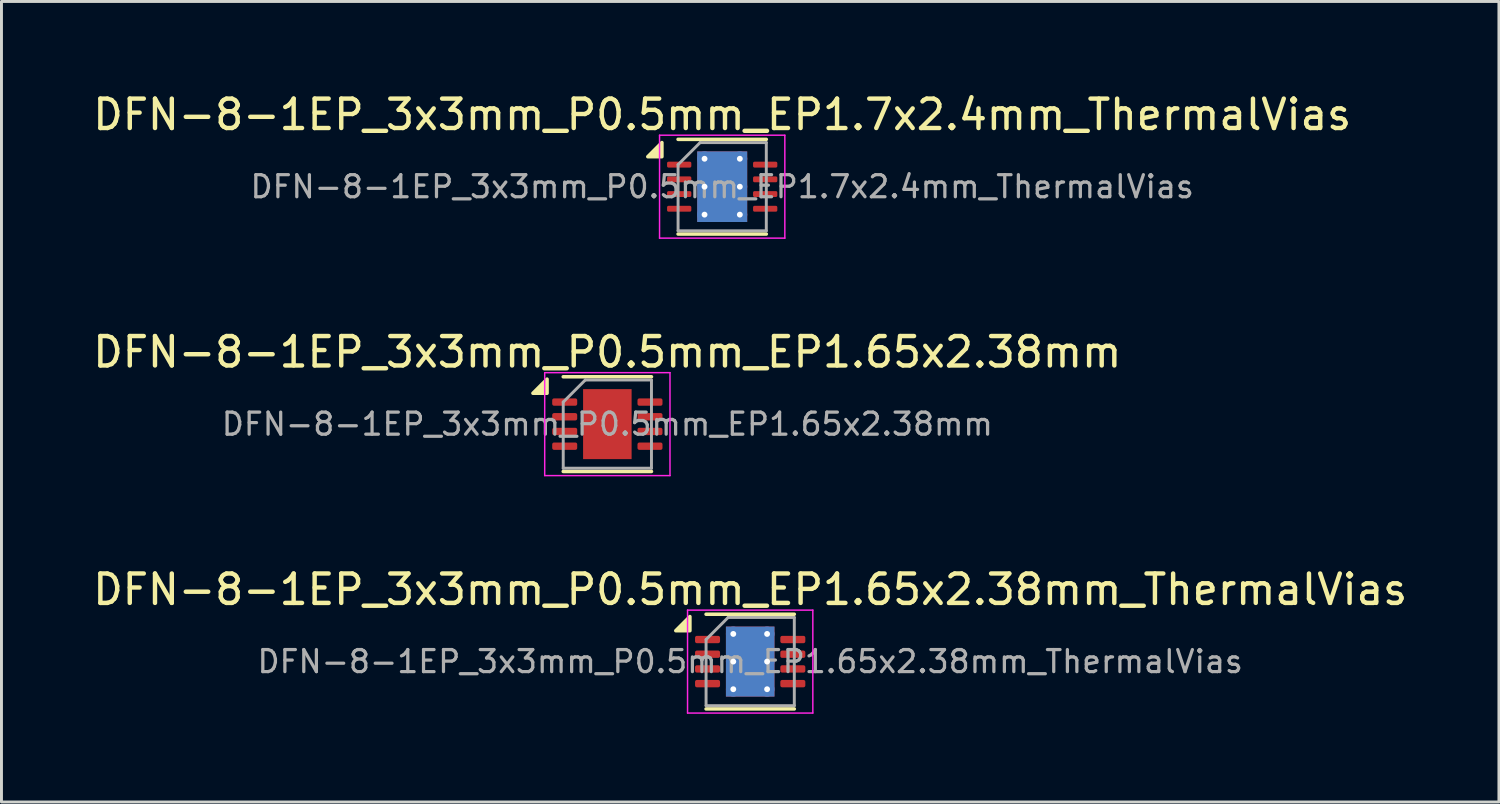
<source format=kicad_pcb>
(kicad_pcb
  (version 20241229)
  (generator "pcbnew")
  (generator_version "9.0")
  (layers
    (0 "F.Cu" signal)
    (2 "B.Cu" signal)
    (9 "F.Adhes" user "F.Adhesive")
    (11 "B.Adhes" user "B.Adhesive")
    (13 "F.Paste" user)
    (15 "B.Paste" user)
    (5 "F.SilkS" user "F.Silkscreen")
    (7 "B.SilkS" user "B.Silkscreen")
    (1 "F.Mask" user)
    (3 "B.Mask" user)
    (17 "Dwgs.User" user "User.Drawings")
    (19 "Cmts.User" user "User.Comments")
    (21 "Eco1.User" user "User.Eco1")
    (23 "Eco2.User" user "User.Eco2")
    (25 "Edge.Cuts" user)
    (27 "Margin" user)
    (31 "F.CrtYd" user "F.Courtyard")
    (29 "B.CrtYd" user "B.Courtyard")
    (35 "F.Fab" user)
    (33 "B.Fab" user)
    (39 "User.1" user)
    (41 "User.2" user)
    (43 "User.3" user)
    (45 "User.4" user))
  (footprint "DFN-8-1EP_3x3mm_P0.5mm_EP1.65x2.38mm"
    (layer "F.Cu")
    (at 17.601 11.371)
    (property "Reference" "DFN-8-1EP_3x3mm_P0.5mm_EP1.65x2.38mm" (at 0 -2.45 0) (layer "F.SilkS") (effects (font (size 1 1) (thickness 0.15))))
    (attr smd)
    (fp_line (start -1.5 -1.61) (end 1.5 -1.61) (stroke (width 0.12) (type solid)) (layer "F.SilkS"))
    (fp_line (start -1.5 1.61) (end 1.5 1.61) (stroke (width 0.12) (type solid)) (layer "F.SilkS"))
    (fp_poly (pts (xy -2.05 -1.05) (xy -2.53 -1.05) (xy -2.05 -1.53) (xy -2.05 -1.05)) (stroke (width 0.12) (type solid)) (fill yes) (layer "F.SilkS"))
    (fp_line (start -2.13 -1.75) (end -2.13 1.75) (stroke (width 0.05) (type solid)) (layer "F.CrtYd"))
    (fp_line (start -2.13 1.75) (end 2.13 1.75) (stroke (width 0.05) (type solid)) (layer "F.CrtYd"))
    (fp_line (start 2.13 -1.75) (end -2.13 -1.75) (stroke (width 0.05) (type solid)) (layer "F.CrtYd"))
    (fp_line (start 2.13 1.75) (end 2.13 -1.75) (stroke (width 0.05) (type solid)) (layer "F.CrtYd"))
    (fp_line (start -1.5 -0.75) (end -0.75 -1.5) (stroke (width 0.1) (type solid)) (layer "F.Fab"))
    (fp_line (start -1.5 1.5) (end -1.5 -0.75) (stroke (width 0.1) (type solid)) (layer "F.Fab"))
    (fp_line (start -0.75 -1.5) (end 1.5 -1.5) (stroke (width 0.1) (type solid)) (layer "F.Fab"))
    (fp_line (start 1.5 -1.5) (end 1.5 1.5) (stroke (width 0.1) (type solid)) (layer "F.Fab"))
    (fp_line (start 1.5 1.5) (end -1.5 1.5) (stroke (width 0.1) (type solid)) (layer "F.Fab"))
    (fp_text user "${REFERENCE}" (at 0 0 0) (layer "F.Fab") (effects (font (size 0.75 0.75) (thickness 0.11))))
    (pad "" smd roundrect (at 0 0) (size 1.33 1.92) (layers "F.Paste") (roundrect_rratio 0.188))
    (pad "1" smd roundrect (at -1.45 -0.75) (size 0.85 0.25) (layers "F.Cu" "F.Mask" "F.Paste") (roundrect_rratio 0.25))
    (pad "2" smd roundrect (at -1.45 -0.25) (size 0.85 0.25) (layers "F.Cu" "F.Mask" "F.Paste") (roundrect_rratio 0.25))
    (pad "3" smd roundrect (at -1.45 0.25) (size 0.85 0.25) (layers "F.Cu" "F.Mask" "F.Paste") (roundrect_rratio 0.25))
    (pad "4" smd roundrect (at -1.45 0.75) (size 0.85 0.25) (layers "F.Cu" "F.Mask" "F.Paste") (roundrect_rratio 0.25))
    (pad "5" smd roundrect (at 1.45 0.75) (size 0.85 0.25) (layers "F.Cu" "F.Mask" "F.Paste") (roundrect_rratio 0.25))
    (pad "6" smd roundrect (at 1.45 0.25) (size 0.85 0.25) (layers "F.Cu" "F.Mask" "F.Paste") (roundrect_rratio 0.25))
    (pad "7" smd roundrect (at 1.45 -0.25) (size 0.85 0.25) (layers "F.Cu" "F.Mask" "F.Paste") (roundrect_rratio 0.25))
    (pad "8" smd roundrect (at 1.45 -0.75) (size 0.85 0.25) (layers "F.Cu" "F.Mask" "F.Paste") (roundrect_rratio 0.25))
    (pad "9" smd rect (at 0 0) (size 1.65 2.38) (property pad_prop_heatsink) (layers "F.Cu" "F.Mask")))
  (footprint "DFN-8-1EP_3x3mm_P0.5mm_EP1.65x2.38mm_ThermalVias"
    (layer "F.Cu")
    (at 22.458 19.445)
    (property "Reference" "DFN-8-1EP_3x3mm_P0.5mm_EP1.65x2.38mm_ThermalVias" (at 0 -2.45 0) (layer "F.SilkS") (effects (font (size 1 1) (thickness 0.15))))
    (attr smd)
    (fp_line (start -1.5 -1.61) (end 1.5 -1.61) (stroke (width 0.12) (type solid)) (layer "F.SilkS"))
    (fp_line (start -1.5 1.61) (end 1.5 1.61) (stroke (width 0.12) (type solid)) (layer "F.SilkS"))
    (fp_poly (pts (xy -2.05 -1.05) (xy -2.53 -1.05) (xy -2.05 -1.53) (xy -2.05 -1.05)) (stroke (width 0.12) (type solid)) (fill yes) (layer "F.SilkS"))
    (fp_line (start -2.13 -1.75) (end -2.13 1.75) (stroke (width 0.05) (type solid)) (layer "F.CrtYd"))
    (fp_line (start -2.13 1.75) (end 2.13 1.75) (stroke (width 0.05) (type solid)) (layer "F.CrtYd"))
    (fp_line (start 2.13 -1.75) (end -2.13 -1.75) (stroke (width 0.05) (type solid)) (layer "F.CrtYd"))
    (fp_line (start 2.13 1.75) (end 2.13 -1.75) (stroke (width 0.05) (type solid)) (layer "F.CrtYd"))
    (fp_line (start -1.5 -0.75) (end -0.75 -1.5) (stroke (width 0.1) (type solid)) (layer "F.Fab"))
    (fp_line (start -1.5 1.5) (end -1.5 -0.75) (stroke (width 0.1) (type solid)) (layer "F.Fab"))
    (fp_line (start -0.75 -1.5) (end 1.5 -1.5) (stroke (width 0.1) (type solid)) (layer "F.Fab"))
    (fp_line (start 1.5 -1.5) (end 1.5 1.5) (stroke (width 0.1) (type solid)) (layer "F.Fab"))
    (fp_line (start 1.5 1.5) (end -1.5 1.5) (stroke (width 0.1) (type solid)) (layer "F.Fab"))
    (fp_text user "${REFERENCE}" (at 0 0 0) (layer "F.Fab") (effects (font (size 0.75 0.75) (thickness 0.11))))
    (pad "" smd roundrect (at -0.41 -0.595) (size 0.67 0.96) (layers "F.Paste") (roundrect_rratio 0.25))
    (pad "" smd roundrect (at -0.41 0.595) (size 0.67 0.96) (layers "F.Paste") (roundrect_rratio 0.25))
    (pad "" smd roundrect (at 0.41 -0.595) (size 0.67 0.96) (layers "F.Paste") (roundrect_rratio 0.25))
    (pad "" smd roundrect (at 0.41 0.595) (size 0.67 0.96) (layers "F.Paste") (roundrect_rratio 0.25))
    (pad "1" smd roundrect (at -1.45 -0.75) (size 0.85 0.25) (layers "F.Cu" "F.Mask" "F.Paste") (roundrect_rratio 0.25))
    (pad "2" smd roundrect (at -1.45 -0.25) (size 0.85 0.25) (layers "F.Cu" "F.Mask" "F.Paste") (roundrect_rratio 0.25))
    (pad "3" smd roundrect (at -1.45 0.25) (size 0.85 0.25) (layers "F.Cu" "F.Mask" "F.Paste") (roundrect_rratio 0.25))
    (pad "4" smd roundrect (at -1.45 0.75) (size 0.85 0.25) (layers "F.Cu" "F.Mask" "F.Paste") (roundrect_rratio 0.25))
    (pad "5" smd roundrect (at 1.45 0.75) (size 0.85 0.25) (layers "F.Cu" "F.Mask" "F.Paste") (roundrect_rratio 0.25))
    (pad "6" smd roundrect (at 1.45 0.25) (size 0.85 0.25) (layers "F.Cu" "F.Mask" "F.Paste") (roundrect_rratio 0.25))
    (pad "7" smd roundrect (at 1.45 -0.25) (size 0.85 0.25) (layers "F.Cu" "F.Mask" "F.Paste") (roundrect_rratio 0.25))
    (pad "8" smd roundrect (at 1.45 -0.75) (size 0.85 0.25) (layers "F.Cu" "F.Mask" "F.Paste") (roundrect_rratio 0.25))
    (pad "9" thru_hole circle (at -0.575 -0.94) (size 0.5 0.5) (drill 0.2) (property pad_prop_heatsink) (layers "*.Cu"))
    (pad "9" thru_hole circle (at -0.575 0) (size 0.5 0.5) (drill 0.2) (property pad_prop_heatsink) (layers "*.Cu"))
    (pad "9" thru_hole circle (at -0.575 0.94) (size 0.5 0.5) (drill 0.2) (property pad_prop_heatsink) (layers "*.Cu"))
    (pad "9" smd rect (at 0 0) (size 1.65 2.38) (property pad_prop_heatsink) (layers "F.Cu" "F.Mask"))
    (pad "9" smd rect (at 0 0) (size 1.65 2.38) (property pad_prop_heatsink) (layers "B.Cu"))
    (pad "9" thru_hole circle (at 0.575 -0.94) (size 0.5 0.5) (drill 0.2) (property pad_prop_heatsink) (layers "*.Cu"))
    (pad "9" thru_hole circle (at 0.575 0) (size 0.5 0.5) (drill 0.2) (property pad_prop_heatsink) (layers "*.Cu"))
    (pad "9" thru_hole circle (at 0.575 0.94) (size 0.5 0.5) (drill 0.2) (property pad_prop_heatsink) (layers "*.Cu")))
  (footprint "DFN-8-1EP_3x3mm_P0.5mm_EP1.7x2.4mm_ThermalVias"
    (layer "F.Cu")
    (at 21.506 3.298)
    (property "Reference" "DFN-8-1EP_3x3mm_P0.5mm_EP1.7x2.4mm_ThermalVias" (at 0 -2.45 0) (layer "F.SilkS") (effects (font (size 1 1) (thickness 0.15))))
    (attr smd)
    (fp_line (start -1.5 -1.61) (end 1.5 -1.61) (stroke (width 0.12) (type solid)) (layer "F.SilkS"))
    (fp_line (start -1.5 1.61) (end 1.5 1.61) (stroke (width 0.12) (type solid)) (layer "F.SilkS"))
    (fp_poly (pts (xy -2.05 -1.02) (xy -2.53 -1.02) (xy -2.05 -1.5) (xy -2.05 -1.02)) (stroke (width 0.12) (type solid)) (fill yes) (layer "F.SilkS"))
    (fp_line (start -2.13 -1.75) (end -2.13 1.75) (stroke (width 0.05) (type solid)) (layer "F.CrtYd"))
    (fp_line (start -2.13 1.75) (end 2.13 1.75) (stroke (width 0.05) (type solid)) (layer "F.CrtYd"))
    (fp_line (start 2.13 -1.75) (end -2.13 -1.75) (stroke (width 0.05) (type solid)) (layer "F.CrtYd"))
    (fp_line (start 2.13 1.75) (end 2.13 -1.75) (stroke (width 0.05) (type solid)) (layer "F.CrtYd"))
    (fp_line (start -1.5 -0.75) (end -0.75 -1.5) (stroke (width 0.1) (type solid)) (layer "F.Fab"))
    (fp_line (start -1.5 1.5) (end -1.5 -0.75) (stroke (width 0.1) (type solid)) (layer "F.Fab"))
    (fp_line (start -0.75 -1.5) (end 1.5 -1.5) (stroke (width 0.1) (type solid)) (layer "F.Fab"))
    (fp_line (start 1.5 -1.5) (end 1.5 1.5) (stroke (width 0.1) (type solid)) (layer "F.Fab"))
    (fp_line (start 1.5 1.5) (end -1.5 1.5) (stroke (width 0.1) (type solid)) (layer "F.Fab"))
    (fp_text user "${REFERENCE}" (at 0 0 0) (layer "F.Fab") (effects (font (size 0.75 0.75) (thickness 0.11))))
    (pad "" smd roundrect (at -0.425 -0.6) (size 0.69 0.97) (layers "F.Paste") (roundrect_rratio 0.25))
    (pad "" smd roundrect (at -0.425 0.6) (size 0.69 0.97) (layers "F.Paste") (roundrect_rratio 0.25))
    (pad "" smd roundrect (at 0.425 -0.6) (size 0.69 0.97) (layers "F.Paste") (roundrect_rratio 0.25))
    (pad "" smd roundrect (at 0.425 0.6) (size 0.69 0.97) (layers "F.Paste") (roundrect_rratio 0.25))
    (pad "1" smd roundrect (at -1.462 -0.75) (size 0.825 0.2) (layers "F.Cu" "F.Mask" "F.Paste") (roundrect_rratio 0.25))
    (pad "2" smd roundrect (at -1.462 -0.25) (size 0.825 0.2) (layers "F.Cu" "F.Mask" "F.Paste") (roundrect_rratio 0.25))
    (pad "3" smd roundrect (at -1.462 0.25) (size 0.825 0.2) (layers "F.Cu" "F.Mask" "F.Paste") (roundrect_rratio 0.25))
    (pad "4" smd roundrect (at -1.462 0.75) (size 0.825 0.2) (layers "F.Cu" "F.Mask" "F.Paste") (roundrect_rratio 0.25))
    (pad "5" smd roundrect (at 1.462 0.75) (size 0.825 0.2) (layers "F.Cu" "F.Mask" "F.Paste") (roundrect_rratio 0.25))
    (pad "6" smd roundrect (at 1.462 0.25) (size 0.825 0.2) (layers "F.Cu" "F.Mask" "F.Paste") (roundrect_rratio 0.25))
    (pad "7" smd roundrect (at 1.462 -0.25) (size 0.825 0.2) (layers "F.Cu" "F.Mask" "F.Paste") (roundrect_rratio 0.25))
    (pad "8" smd roundrect (at 1.462 -0.75) (size 0.825 0.2) (layers "F.Cu" "F.Mask" "F.Paste") (roundrect_rratio 0.25))
    (pad "9" thru_hole circle (at -0.6 -0.95) (size 0.5 0.5) (drill 0.2) (property pad_prop_heatsink) (layers "*.Cu"))
    (pad "9" thru_hole circle (at -0.6 0) (size 0.5 0.5) (drill 0.2) (property pad_prop_heatsink) (layers "*.Cu"))
    (pad "9" thru_hole circle (at -0.6 0.95) (size 0.5 0.5) (drill 0.2) (property pad_prop_heatsink) (layers "*.Cu"))
    (pad "9" smd rect (at 0 0) (size 1.7 2.4) (property pad_prop_heatsink) (layers "F.Cu" "F.Mask"))
    (pad "9" smd rect (at 0 0) (size 1.7 2.4) (property pad_prop_heatsink) (layers "B.Cu"))
    (pad "9" thru_hole circle (at 0.6 -0.95) (size 0.5 0.5) (drill 0.2) (property pad_prop_heatsink) (layers "*.Cu"))
    (pad "9" thru_hole circle (at 0.6 0) (size 0.5 0.5) (drill 0.2) (property pad_prop_heatsink) (layers "*.Cu"))
    (pad "9" thru_hole circle (at 0.6 0.95) (size 0.5 0.5) (drill 0.2) (property pad_prop_heatsink) (layers "*.Cu")))
  (gr_rect
    (start -3 -3)
    (end 47.917 24.22)
    (stroke (width 0.1) (type default))
    (fill no)
    (layer "Edge.Cuts")))
</source>
